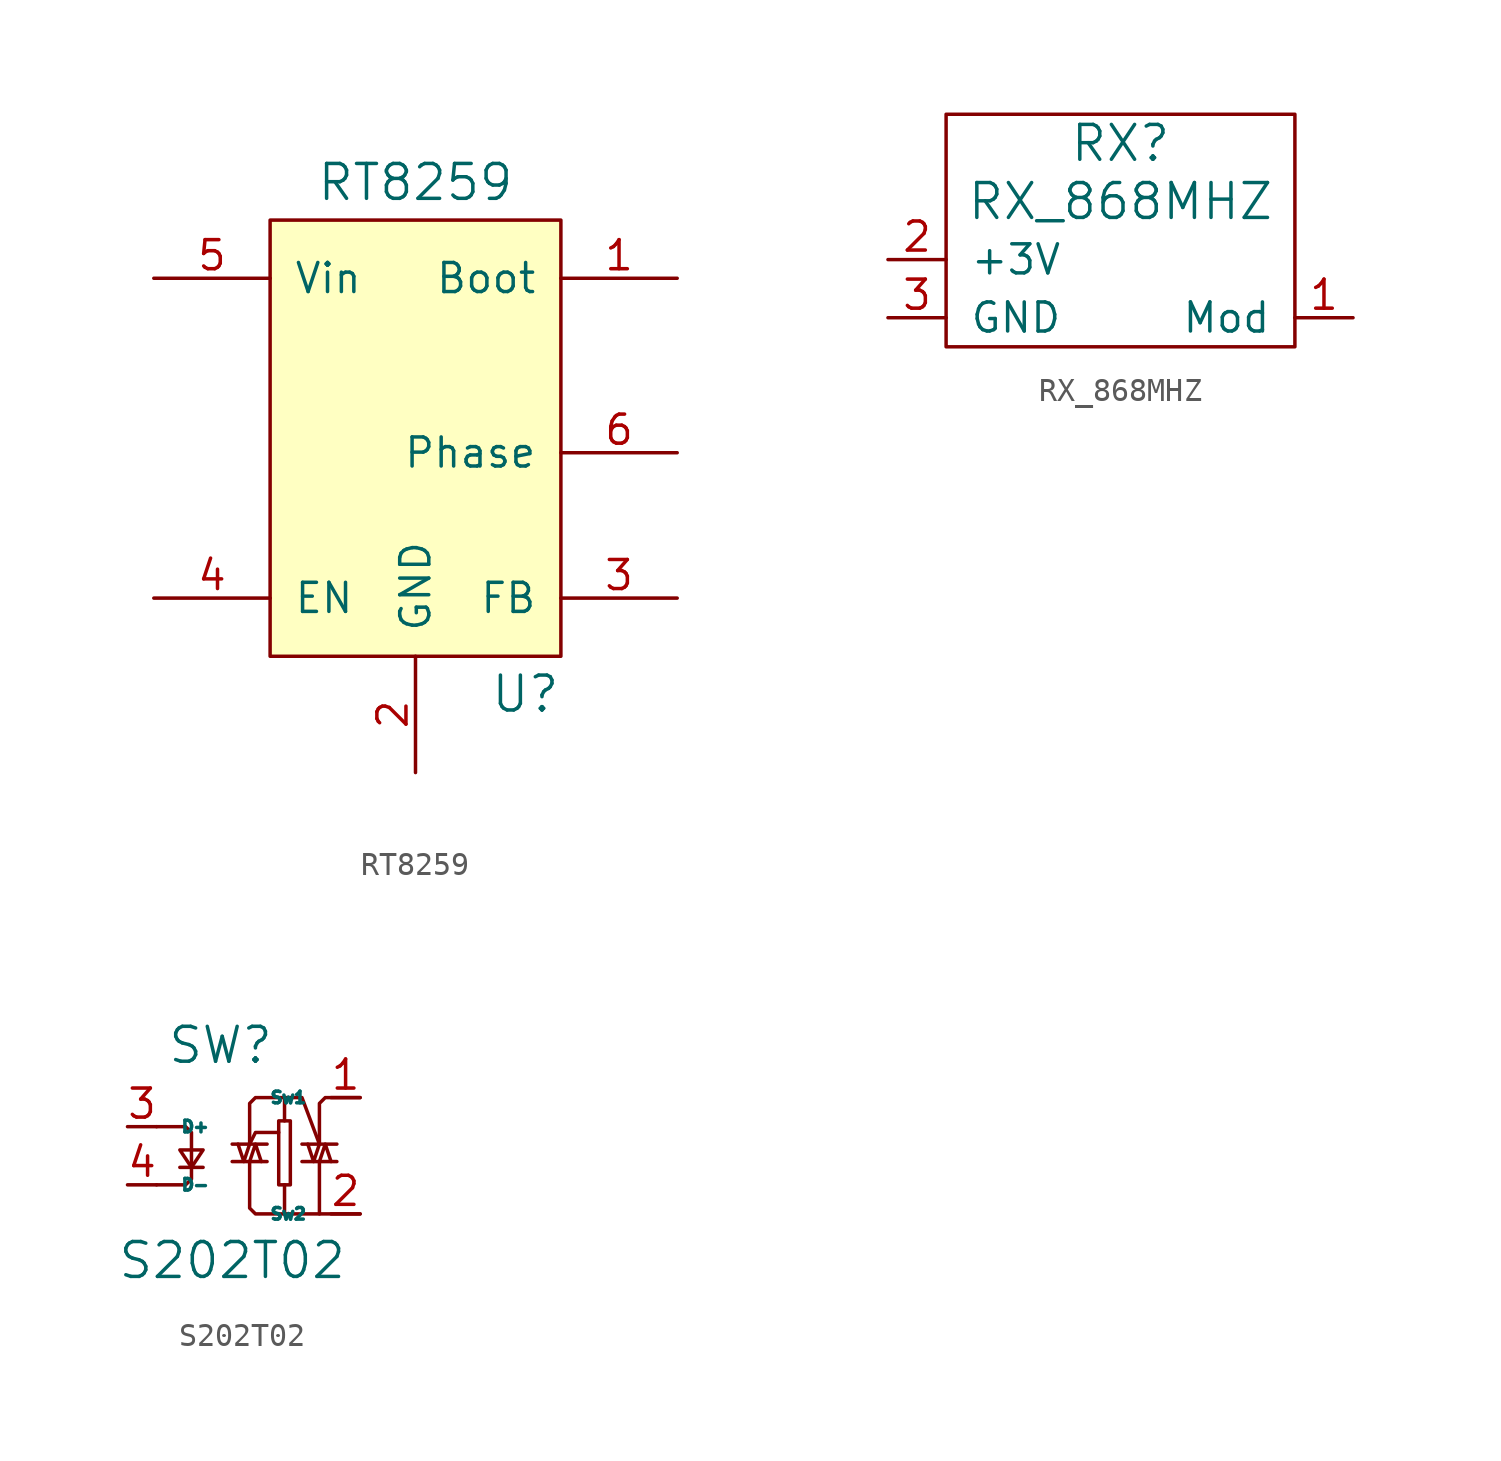
<source format=kicad_sym>
(kicad_symbol_lib
  (version 20220126)
  (generator kicad_symbol_editor)
  (symbol "RT8259"
    (pin_names
      (offset 1.016))
    (property "Reference" "U"
      (at 6.35 -11.43 0)
      (effects (font (size 1.524 1.524)) (justify right bottom)))
    (property "Value" "RT8259"
      (at 0 12.7 0)
      (effects (font (size 1.524 1.524)) (justify top)))
    (symbol "RT8259_0_1"
      (rectangle (start -6.35 10.16) (end 6.35 -8.89) (stroke (width 0) (type default)) (fill (type background))))
    (symbol "RT8259_1_1"
      (pin output line (at 11.43 7.62 180) (length 5.08) (name "Boot" (effects (font (size 1.27 1.27)))) (number "1" (effects (font (size 1.27 1.27)))))
      (pin power_in line (at 0 -13.97 90) (length 5.08) (name "GND" (effects (font (size 1.27 1.27)))) (number "2" (effects (font (size 1.27 1.27)))))
      (pin input line (at 11.43 -6.35 180) (length 5.08) (name "FB" (effects (font (size 1.27 1.27)))) (number "3" (effects (font (size 1.27 1.27)))))
      (pin passive line (at -11.43 -6.35 0) (length 5.08) (name "EN" (effects (font (size 1.27 1.27)))) (number "4" (effects (font (size 1.27 1.27)))))
      (pin power_in line (at -11.43 7.62 0) (length 5.08) (name "Vin" (effects (font (size 1.27 1.27)))) (number "5" (effects (font (size 1.27 1.27)))))
      (pin power_out line (at 11.43 0 180) (length 5.08) (name "Phase" (effects (font (size 1.27 1.27)))) (number "6" (effects (font (size 1.27 1.27)))))))
  (symbol "RX_868MHZ"
    (pin_names
      (offset 1.016))
    (property "Reference" "RX"
      (at 0 -1.27 0)
      (effects (font (size 1.524 1.524))))
    (property "Value" "RX_868MHZ"
      (at 0 -3.81 0)
      (effects (font (size 1.524 1.524))))
    (symbol "RX_868MHZ_0_1"
      (rectangle (start -7.62 0) (end 7.62 -10.16) (stroke (width 0) (type default)) (fill (type none))))
    (symbol "RX_868MHZ_1_1"
      (pin output line (at 10.16 -8.89 180) (length 2.54) (name "Mod" (effects (font (size 1.27 1.27)))) (number "1" (effects (font (size 1.27 1.27)))))
      (pin power_in line (at -10.16 -6.35 0) (length 2.54) (name "+3V" (effects (font (size 1.27 1.27)))) (number "2" (effects (font (size 1.27 1.27)))))
      (pin power_in line (at -10.16 -8.89 0) (length 2.54) (name "GND" (effects (font (size 1.27 1.27)))) (number "3" (effects (font (size 1.27 1.27)))))
      (pin power_in line (at -10.16 -2.54 0) (length 2.54) hide (name "GND" (effects (font (size 1.27 1.27)))) (number "4" (effects (font (size 1.27 1.27)))))))
  (symbol "S202T02"
    (pin_names
      (offset 1.016))
    (property "Reference" "SW"
      (at 4.064 3.556 0)
      (effects (font (size 1.524 1.524))))
    (property "Value" "S202T02"
      (at 4.572 -5.842 0)
      (effects (font (size 1.524 1.524))))
    (symbol "S202T02_0_1"
      (polyline (pts (xy 2.286 -1.778) (xy 3.302 -1.778) (xy 3.302 -1.778)) (stroke (width 0) (type default)) (fill (type none)))
      (polyline (pts (xy 2.794 -1.016) (xy 2.794 -1.778) (xy 2.794 -1.778)) (stroke (width 0) (type default)) (fill (type none)))
      (polyline (pts (xy 4.572 -1.524) (xy 6.096 -1.524) (xy 6.096 -1.524)) (stroke (width 0) (type default)) (fill (type none)))
      (polyline (pts (xy 8.382 -1.524) (xy 8.382 -3.81) (xy 8.382 -3.81)) (stroke (width 0) (type default)) (fill (type none)))
      (polyline (pts (xy 9.144 -1.524) (xy 7.62 -1.524) (xy 7.62 -1.524)) (stroke (width 0) (type default)) (fill (type none)))
      (polyline (pts (xy 10.16 -3.81) (xy 6.858 -3.81) (xy 6.858 -3.81)) (stroke (width 0) (type default)) (fill (type none)))
      (polyline (pts (xy 4.572 -0.762) (xy 6.096 -0.762) (xy 6.096 -0.762) (xy 6.096 -0.762)) (stroke (width 0) (type default)) (fill (type none)))
      (polyline (pts (xy 5.334 -1.524) (xy 5.588 -0.762) (xy 5.842 -1.524) (xy 5.842 -1.524)) (stroke (width 0) (type default)) (fill (type none)))
      (polyline (pts (xy 5.334 -0.762) (xy 5.588 -0.254) (xy 6.604 -0.254) (xy 6.604 -0.254)) (stroke (width 0) (type default)) (fill (type none)))
      (polyline (pts (xy 7.62 -0.762) (xy 9.144 -0.762) (xy 9.144 -0.762) (xy 9.144 -0.762)) (stroke (width 0) (type default)) (fill (type none)))
      (polyline (pts (xy 7.874 -0.762) (xy 8.128 -1.524) (xy 8.382 -0.762) (xy 8.382 -0.762)) (stroke (width 0) (type default)) (fill (type none)))
      (polyline (pts (xy 8.382 -1.524) (xy 8.636 -0.762) (xy 8.89 -1.524) (xy 8.89 -1.524)) (stroke (width 0) (type default)) (fill (type none)))
      (polyline (pts (xy 8.382 -0.762) (xy 7.62 1.27) (xy 6.858 1.27) (xy 6.858 1.27)) (stroke (width 0) (type default)) (fill (type none)))
      (polyline (pts (xy 1.27 0) (xy 2.54 0) (xy 2.794 -0.254) (xy 2.794 -1.016) (xy 2.794 -1.016)) (stroke (width 0) (type default)) (fill (type none)))
      (polyline (pts (xy 2.286 -1.016) (xy 3.302 -1.016) (xy 2.794 -1.778) (xy 2.286 -1.016) (xy 2.286 -1.016)) (stroke (width 0) (type default)) (fill (type none)))
      (polyline (pts (xy 2.794 -1.778) (xy 2.794 -2.286) (xy 2.54 -2.54) (xy 1.27 -2.54) (xy 1.27 -2.54)) (stroke (width 0) (type default)) (fill (type none)))
      (polyline (pts (xy 4.826 -0.762) (xy 5.08 -1.524) (xy 5.334 -0.762) (xy 5.334 -0.762) (xy 5.334 -0.762)) (stroke (width 0) (type default)) (fill (type none)))
      (polyline (pts (xy 10.16 1.27) (xy 8.636 1.27) (xy 8.382 1.016) (xy 8.382 -0.762) (xy 8.382 -0.762)) (stroke (width 0) (type default)) (fill (type none)))
      (polyline (pts (xy 5.334 -1.524) (xy 5.334 -3.556) (xy 5.588 -3.81) (xy 6.858 -3.81) (xy 6.858 -2.54) (xy 6.858 -2.54)) (stroke (width 0) (type default)) (fill (type none)))
      (polyline (pts (xy 6.858 0.254) (xy 6.858 1.27) (xy 5.588 1.27) (xy 5.334 1.016) (xy 5.334 -0.762) (xy 5.334 -0.762)) (stroke (width 0) (type default)) (fill (type none)))
      (rectangle (start 6.604 0.254) (end 7.112 -2.54) (stroke (width 0) (type default)) (fill (type none))))
    (symbol "S202T02_1_1"
      (pin passive line (at 10.16 1.27 180) (length 1.27) (name "Sw1" (effects (font (size 0.508 0.508)))) (number "1" (effects (font (size 1.27 1.27)))))
      (pin passive line (at 10.16 -3.81 180) (length 1.27) (name "Sw2" (effects (font (size 0.508 0.508)))) (number "2" (effects (font (size 1.27 1.27)))))
      (pin passive line (at 0 0 0) (length 1.27) (name "D+" (effects (font (size 0.508 0.508)))) (number "3" (effects (font (size 1.27 1.27)))))
      (pin passive line (at 0 -2.54 0) (length 1.27) (name "D-" (effects (font (size 0.508 0.508)))) (number "4" (effects (font (size 1.27 1.27))))))))
</source>
